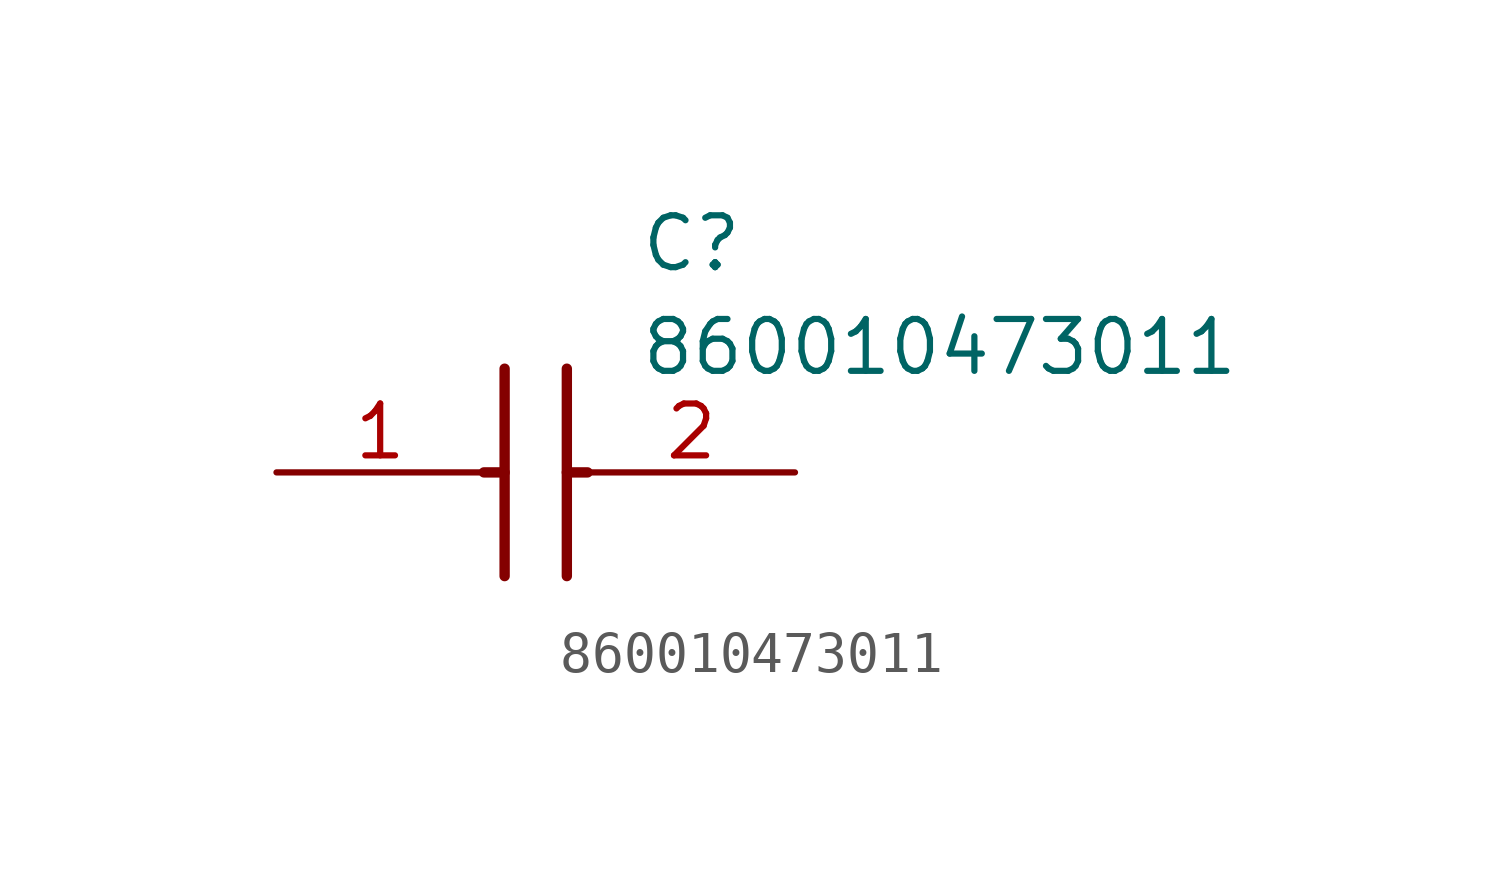
<source format=kicad_sym>
(kicad_symbol_lib
  (version 20211014)
  (generator SamacSys_ECAD_Model)
  (symbol "860010473011"
    (pin_names hide)
    (property "Reference" "C"
      (at 8.89 6.35 0)
      (effects (font (size 1.27 1.27)) (justify left top)))
    (property "Value" "860010473011"
      (at 8.89 3.81 0)
      (effects (font (size 1.27 1.27)) (justify left top)))
    (polyline
      (pts (xy 5.588 2.54) (xy 5.588 -2.54))
      (stroke (width 0.254) (type default))
      (fill (type none)))
    (polyline
      (pts (xy 7.112 2.54) (xy 7.112 -2.54))
      (stroke (width 0.254) (type default))
      (fill (type none)))
    (polyline
      (pts (xy 5.08 0) (xy 5.588 0))
      (stroke (width 0.254) (type default))
      (fill (type none)))
    (polyline
      (pts (xy 7.112 0) (xy 7.62 0))
      (stroke (width 0.254) (type default))
      (fill (type none)))
    (pin passive line
      (at 0 0 0)
      (length 5.08)
      (name "+" (effects (font (size 1.27 1.27))))
      (number "1" (effects (font (size 1.27 1.27)))))
    (pin passive line
      (at 12.7 0 180)
      (length 5.08)
      (name "-" (effects (font (size 1.27 1.27))))
      (number "2" (effects (font (size 1.27 1.27)))))))
</source>
